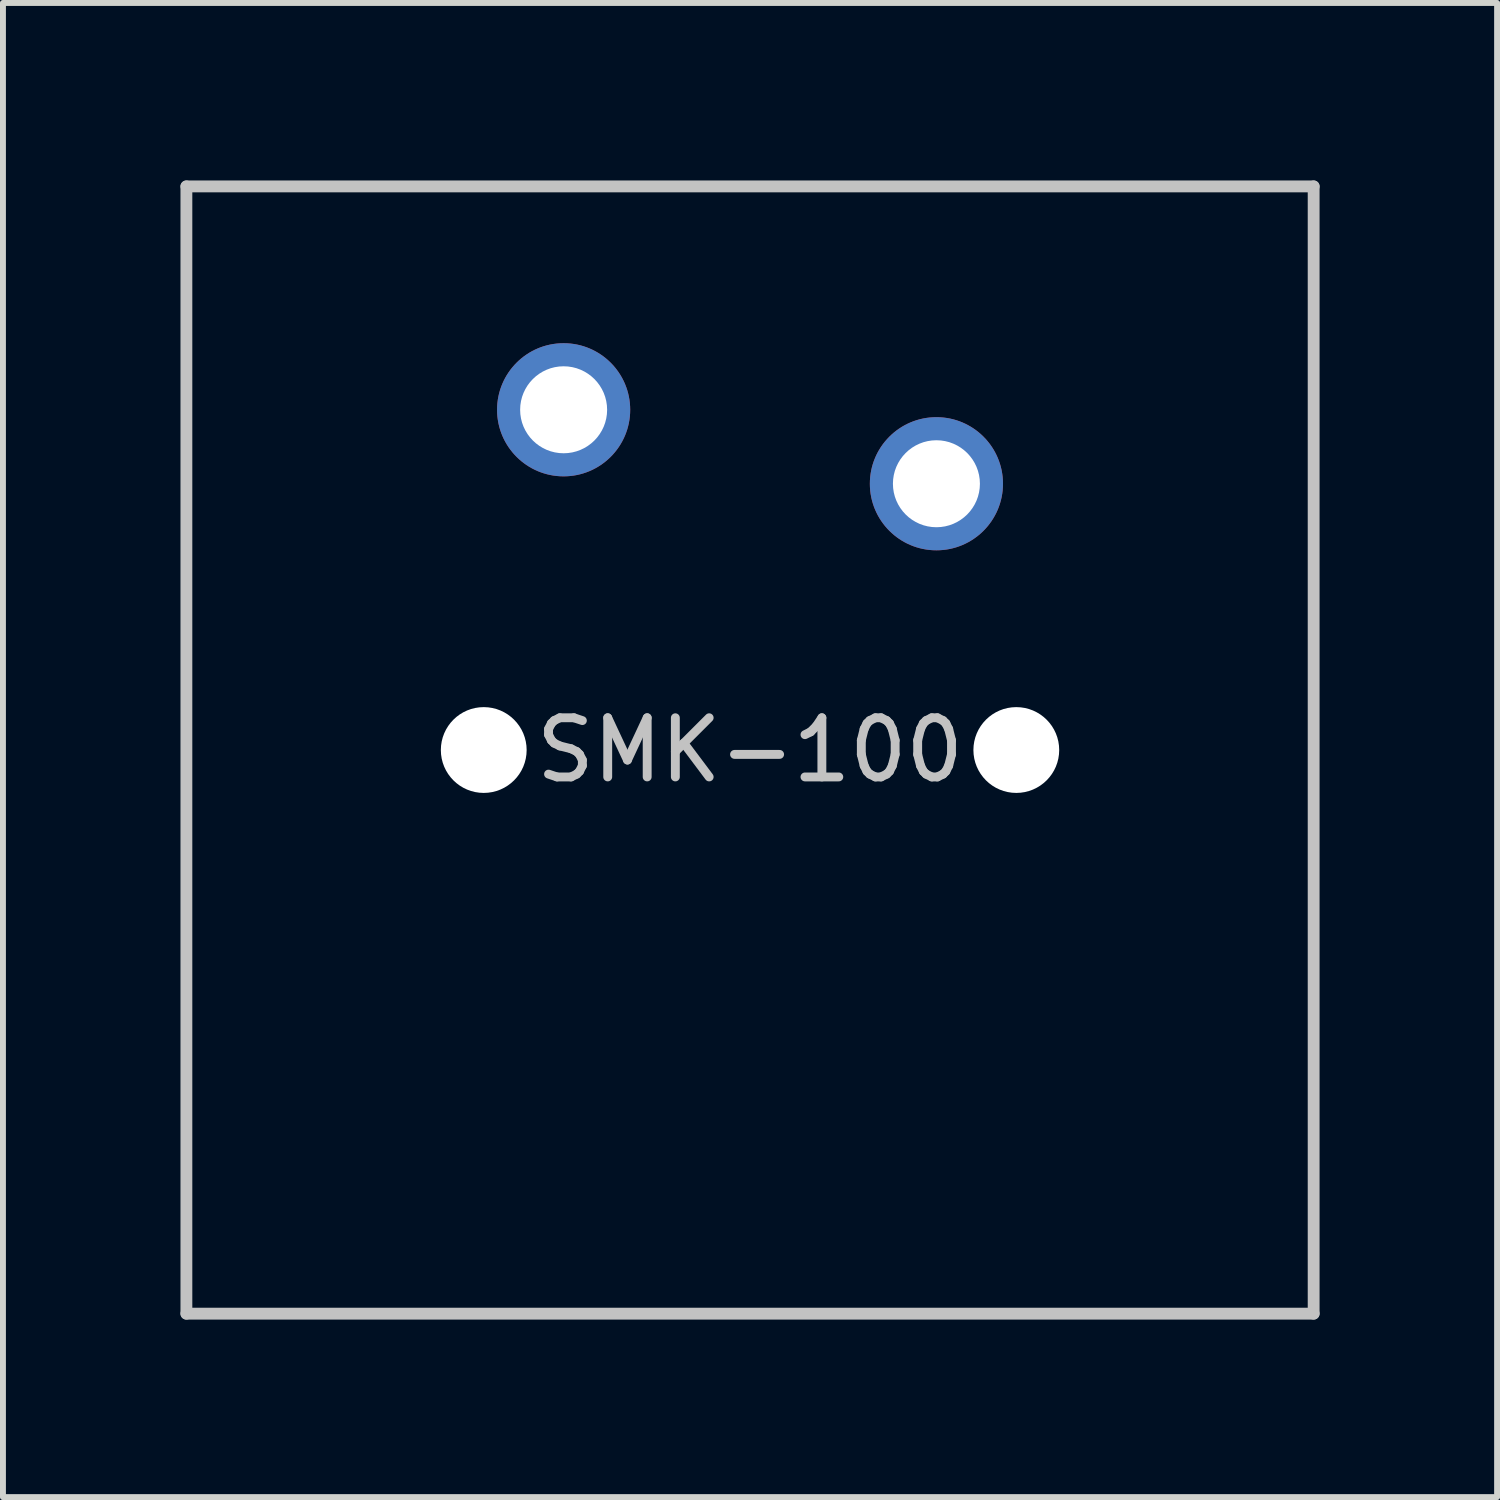
<source format=kicad_pcb>
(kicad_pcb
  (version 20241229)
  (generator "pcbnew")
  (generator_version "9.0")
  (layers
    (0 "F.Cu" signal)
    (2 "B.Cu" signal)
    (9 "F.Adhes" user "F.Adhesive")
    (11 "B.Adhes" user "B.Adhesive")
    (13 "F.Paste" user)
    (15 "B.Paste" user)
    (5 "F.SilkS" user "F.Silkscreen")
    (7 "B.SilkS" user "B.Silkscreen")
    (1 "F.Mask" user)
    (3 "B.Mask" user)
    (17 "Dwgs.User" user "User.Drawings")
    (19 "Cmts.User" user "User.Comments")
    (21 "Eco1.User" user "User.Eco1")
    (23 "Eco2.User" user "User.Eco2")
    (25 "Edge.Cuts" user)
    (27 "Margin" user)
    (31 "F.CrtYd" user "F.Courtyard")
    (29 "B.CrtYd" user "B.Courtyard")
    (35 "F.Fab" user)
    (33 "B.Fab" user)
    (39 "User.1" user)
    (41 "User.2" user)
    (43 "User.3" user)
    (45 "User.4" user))
  (footprint "SMK-100"
    (layer "F.Cu")
    (at 9.625 9.625)
    (property "Reference" "SMK-100" (at 0 0 0) (layer "Dwgs.User") (effects (font (size 1 1) (thickness 0.15))))
    (attr through_hole)
    (fp_line (start -9.525 -9.525) (end 9.525 -9.525) (stroke (width 0.2) (type solid)) (layer "Dwgs.User"))
    (fp_line (start -9.525 9.525) (end -9.525 -9.525) (stroke (width 0.2) (type solid)) (layer "Dwgs.User"))
    (fp_line (start 9.525 -9.525) (end 9.525 9.525) (stroke (width 0.2) (type solid)) (layer "Dwgs.User"))
    (fp_line (start 9.525 9.525) (end -9.525 9.525) (stroke (width 0.2) (type solid)) (layer "Dwgs.User"))
    (fp_line (start -7 -7) (end 7 -7) (stroke (width 0.12) (type solid)) (layer "Eco1.User"))
    (fp_line (start -7 7) (end -7 -7) (stroke (width 0.12) (type solid)) (layer "Eco1.User"))
    (fp_line (start -7 7) (end 7 7) (stroke (width 0.12) (type solid)) (layer "Eco1.User"))
    (fp_line (start 7 7) (end 7 -7) (stroke (width 0.12) (type solid)) (layer "Eco1.User"))
    (pad "" np_thru_hole circle (at -4.5 0) (size 1.45 1.45) (drill 1.45) (layers "*.Cu" "*.Mask"))
    (pad "" np_thru_hole circle (at 4.5 0) (size 1.45 1.45) (drill 1.45) (layers "*.Cu" "*.Mask"))
    (pad "1" thru_hole circle (at -3.15 -5.75) (size 2.25 2.25) (drill 1.47) (layers "*.Cu" "B.Mask"))
    (pad "2" thru_hole circle (at 3.15 -4.5) (size 2.25 2.25) (drill 1.47) (layers "*.Cu" "B.Mask")))
  (gr_rect
    (start -3 -3)
    (end 22.25 22.25)
    (stroke (width 0.1) (type default))
    (fill no)
    (layer "Edge.Cuts")))
</source>
